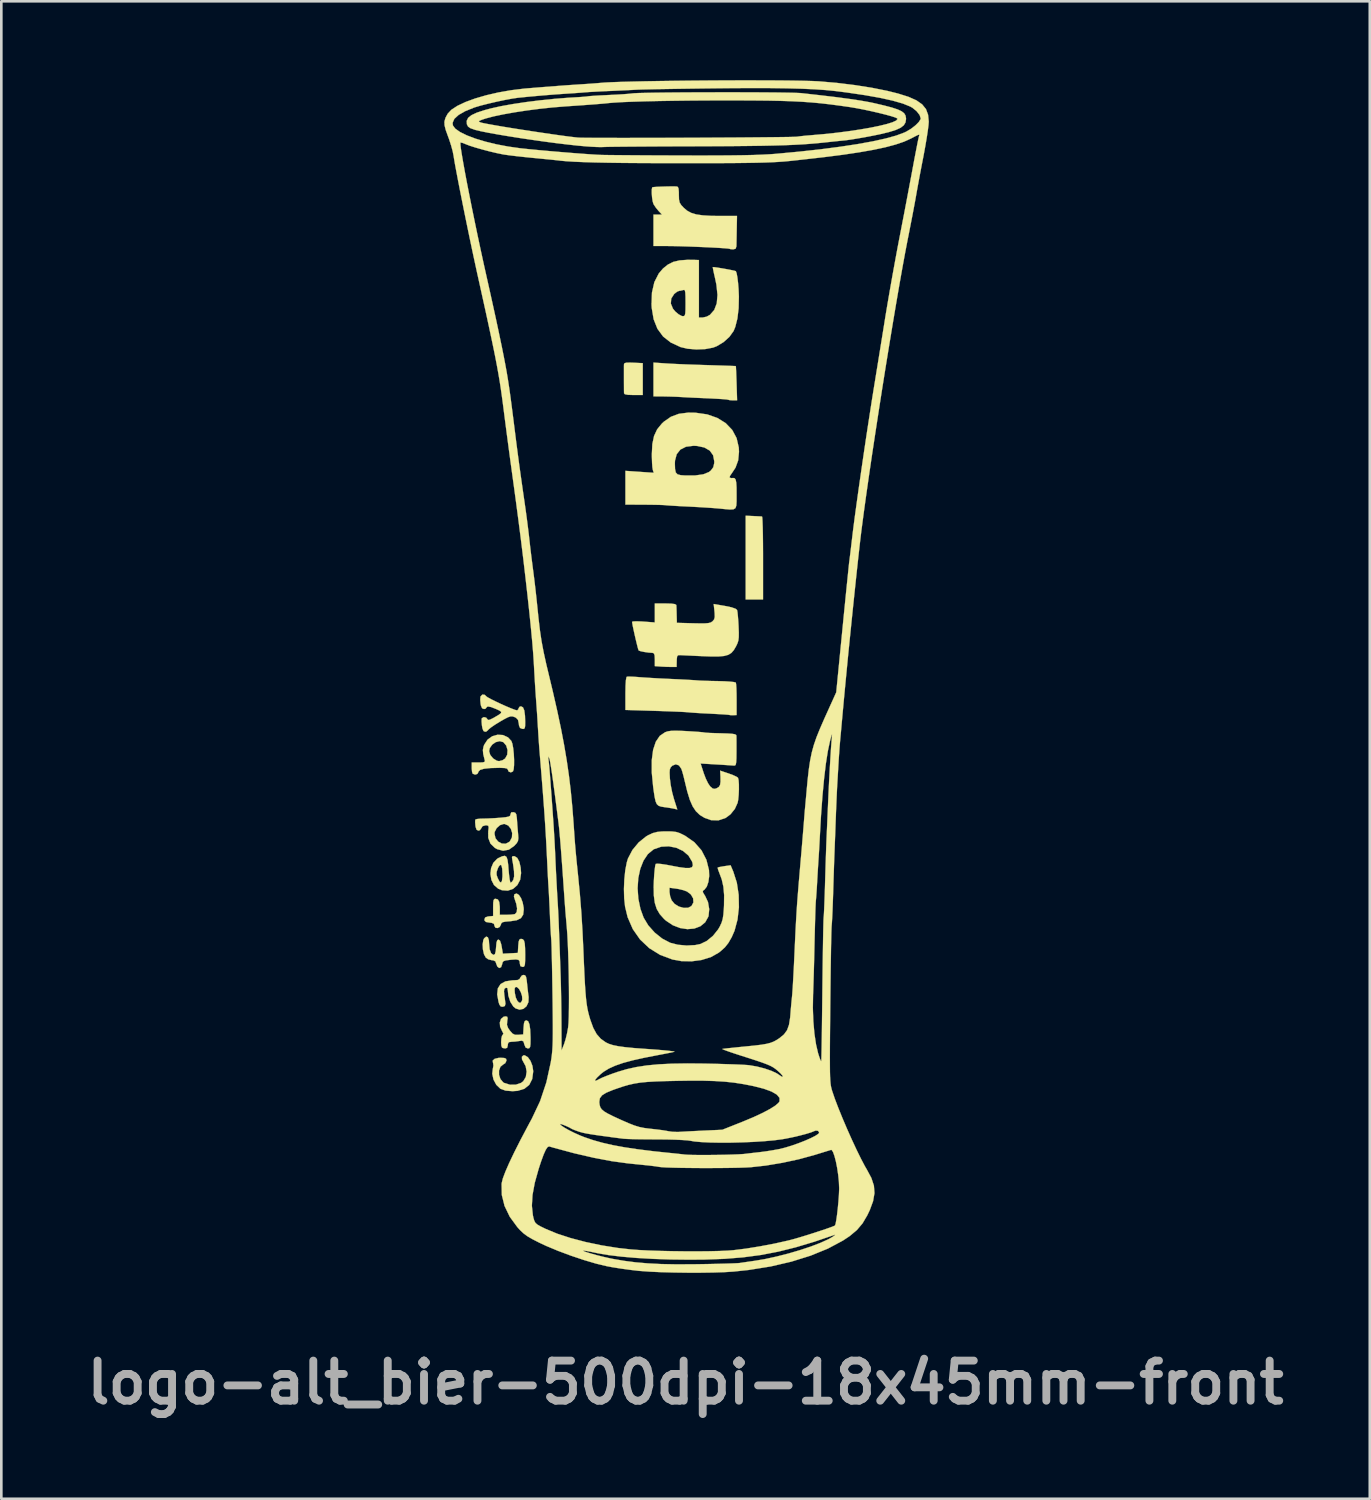
<source format=kicad_pcb>
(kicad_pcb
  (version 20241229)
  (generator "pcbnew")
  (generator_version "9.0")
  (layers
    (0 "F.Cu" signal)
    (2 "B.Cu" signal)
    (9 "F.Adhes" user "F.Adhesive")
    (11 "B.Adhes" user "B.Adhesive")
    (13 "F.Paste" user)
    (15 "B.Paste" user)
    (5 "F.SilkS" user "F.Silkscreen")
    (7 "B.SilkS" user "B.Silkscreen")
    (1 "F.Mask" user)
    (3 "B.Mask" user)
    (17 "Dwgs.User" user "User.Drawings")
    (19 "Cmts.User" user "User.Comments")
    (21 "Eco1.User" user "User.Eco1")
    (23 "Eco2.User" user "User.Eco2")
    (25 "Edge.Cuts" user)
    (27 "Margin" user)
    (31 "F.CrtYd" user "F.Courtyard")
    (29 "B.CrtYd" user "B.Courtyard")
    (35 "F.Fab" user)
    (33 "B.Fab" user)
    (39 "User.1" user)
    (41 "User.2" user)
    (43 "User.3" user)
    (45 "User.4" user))
  (footprint "logo-alt_bier-500dpi-18x45mm-front"
    (layer "F.Cu")
    (at 23.012 22.635)
    (property "Reference" "logo-alt_bier-500dpi-18x45mm-front" (at 0 26.875 0) (layer "F.Fab") (effects (font (size 1.524 1.524) (thickness 0.3))))
    (attr through_hole)
    (fp_poly (pts (xy 2.578 -6.066) (xy 2.743 -6.058) (xy 2.865 -6.052) (xy 2.908 -6.049) (xy 2.918 -5.999) (xy 2.926 -5.86) (xy 2.934 -5.644) (xy 2.94 -5.363) (xy 2.944 -5.029) (xy 2.946 -4.656) (xy 2.946 -4.47) (xy 2.946 -2.896) (xy 2.286 -2.896) (xy 2.286 -6.079) (xy 2.578 -6.066)) (stroke (width 0.01) (type solid)) (fill yes) (layer "F.SilkS"))
    (fp_poly (pts (xy -1.981 -11.896) (xy -1.626 -11.879) (xy -1.626 -10.668) (xy -1.981 -10.668) (xy -2.189 -10.675) (xy -2.305 -10.697) (xy -2.338 -10.732) (xy -2.34 -10.834) (xy -2.341 -11.001) (xy -2.342 -11.205) (xy -2.342 -11.419) (xy -2.342 -11.614) (xy -2.342 -11.763) (xy -2.34 -11.836) (xy -2.32 -11.877) (xy -2.25 -11.897) (xy -2.112 -11.9) (xy -1.981 -11.896)) (stroke (width 0.01) (type solid)) (fill yes) (layer "F.SilkS"))
    (fp_poly (pts (xy -0.749 -11.869) (xy -0.551 -11.857) (xy -0.276 -11.844) (xy 0.052 -11.83) (xy 0.408 -11.818) (xy 0.769 -11.806) (xy 0.813 -11.805) (xy 1.134 -11.795) (xy 1.419 -11.786) (xy 1.652 -11.778) (xy 1.818 -11.772) (xy 1.904 -11.768) (xy 1.912 -11.767) (xy 1.916 -11.717) (xy 1.923 -11.584) (xy 1.93 -11.389) (xy 1.939 -11.15) (xy 1.94 -11.113) (xy 1.96 -10.465) (xy 1.801 -10.465) (xy 1.683 -10.472) (xy 1.619 -10.488) (xy 1.619 -10.488) (xy 1.563 -10.499) (xy 1.423 -10.511) (xy 1.218 -10.524) (xy 0.967 -10.537) (xy 0.836 -10.543) (xy 0.544 -10.556) (xy 0.267 -10.568) (xy 0.029 -10.58) (xy -0.141 -10.59) (xy -0.178 -10.592) (xy -0.36 -10.602) (xy -0.593 -10.609) (xy -0.826 -10.614) (xy -1.219 -10.617) (xy -1.219 -11.901) (xy -0.749 -11.869)) (stroke (width 0.01) (type solid)) (fill yes) (layer "F.SilkS"))
    (fp_poly (pts (xy -6.111 14.436) (xy -5.995 14.505) (xy -5.894 14.647) (xy -5.821 14.834) (xy -5.791 15.037) (xy -5.791 15.047) (xy -5.829 15.336) (xy -5.941 15.556) (xy -6.126 15.706) (xy -6.384 15.785) (xy -6.579 15.798) (xy -6.839 15.777) (xy -7.029 15.71) (xy -7.043 15.701) (xy -7.194 15.557) (xy -7.301 15.357) (xy -7.348 15.137) (xy -7.329 14.964) (xy -7.305 14.83) (xy -7.315 14.732) (xy -7.319 14.726) (xy -7.332 14.636) (xy -7.257 14.568) (xy -7.108 14.532) (xy -7.03 14.529) (xy -6.889 14.536) (xy -6.824 14.565) (xy -6.807 14.628) (xy -6.807 14.632) (xy -6.853 14.733) (xy -6.929 14.781) (xy -7.038 14.87) (xy -7.091 15.013) (xy -7.09 15.179) (xy -7.037 15.338) (xy -6.934 15.46) (xy -6.893 15.485) (xy -6.675 15.552) (xy -6.45 15.55) (xy -6.253 15.483) (xy -6.17 15.42) (xy -6.072 15.257) (xy -6.041 15.054) (xy -6.078 14.848) (xy -6.152 14.712) (xy -6.218 14.588) (xy -6.221 14.488) (xy -6.164 14.436) (xy -6.111 14.436)) (stroke (width 0.01) (type solid)) (fill yes) (layer "F.SilkS"))
    (fp_poly (pts (xy -6.335 8.338) (xy -6.255 8.457) (xy -6.192 8.624) (xy -6.155 8.82) (xy -6.151 8.897) (xy -6.173 9.089) (xy -6.258 9.22) (xy -6.416 9.299) (xy -6.659 9.337) (xy -6.671 9.337) (xy -6.852 9.353) (xy -6.956 9.375) (xy -7.004 9.414) (xy -7.02 9.467) (xy -7.065 9.555) (xy -7.145 9.596) (xy -7.224 9.586) (xy -7.264 9.518) (xy -7.264 9.506) (xy -7.286 9.435) (xy -7.368 9.399) (xy -7.455 9.388) (xy -7.585 9.366) (xy -7.639 9.317) (xy -7.645 9.271) (xy -7.619 9.195) (xy -7.523 9.159) (xy -7.48 9.153) (xy -7.315 9.138) (xy -7.315 8.811) (xy -7.312 8.632) (xy -7.297 8.533) (xy -7.264 8.491) (xy -7.219 8.484) (xy -7.134 8.51) (xy -7.084 8.601) (xy -7.063 8.77) (xy -7.061 8.869) (xy -7.061 9.093) (xy -6.811 9.093) (xy -6.647 9.087) (xy -6.518 9.072) (xy -6.481 9.062) (xy -6.419 8.988) (xy -6.404 8.848) (xy -6.437 8.666) (xy -6.478 8.549) (xy -6.524 8.401) (xy -6.507 8.316) (xy -6.502 8.311) (xy -6.421 8.283) (xy -6.335 8.338)) (stroke (width 0.01) (type solid)) (fill yes) (layer "F.SilkS"))
    (fp_poly (pts (xy -6.807 6.892) (xy -6.767 7.006) (xy -6.741 7.203) (xy -6.729 7.366) (xy -6.709 7.579) (xy -6.687 7.748) (xy -6.664 7.852) (xy -6.65 7.874) (xy -6.596 7.834) (xy -6.549 7.765) (xy -6.517 7.638) (xy -6.521 7.434) (xy -6.56 7.147) (xy -6.584 7.019) (xy -6.599 6.905) (xy -6.574 6.864) (xy -6.498 6.866) (xy -6.398 6.929) (xy -6.319 7.077) (xy -6.269 7.293) (xy -6.252 7.508) (xy -6.288 7.762) (xy -6.395 7.964) (xy -6.555 8.105) (xy -6.755 8.174) (xy -6.977 8.159) (xy -7.124 8.099) (xy -7.283 7.96) (xy -7.381 7.767) (xy -7.417 7.544) (xy -7.41 7.473) (xy -7.185 7.473) (xy -7.181 7.583) (xy -7.141 7.696) (xy -7.071 7.831) (xy -7.017 7.867) (xy -6.98 7.805) (xy -6.961 7.645) (xy -6.96 7.547) (xy -6.97 7.337) (xy -6.999 7.218) (xy -7.045 7.192) (xy -7.105 7.264) (xy -7.139 7.337) (xy -7.185 7.473) (xy -7.41 7.473) (xy -7.393 7.319) (xy -7.308 7.117) (xy -7.162 6.964) (xy -7.114 6.935) (xy -6.97 6.868) (xy -6.871 6.85) (xy -6.807 6.892)) (stroke (width 0.01) (type solid)) (fill yes) (layer "F.SilkS"))
    (fp_poly (pts (xy -6.78 12.968) (xy -6.764 13.028) (xy -6.779 13.136) (xy -6.789 13.275) (xy -6.747 13.394) (xy -6.679 13.494) (xy -6.579 13.607) (xy -6.485 13.654) (xy -6.358 13.655) (xy -6.172 13.64) (xy -6.157 13.373) (xy -6.141 13.213) (xy -6.112 13.132) (xy -6.061 13.107) (xy -6.049 13.106) (xy -5.982 13.142) (xy -5.935 13.254) (xy -5.906 13.449) (xy -5.894 13.735) (xy -5.893 13.83) (xy -5.896 14.013) (xy -5.909 14.116) (xy -5.939 14.162) (xy -5.992 14.173) (xy -5.996 14.173) (xy -6.08 14.139) (xy -6.128 14.025) (xy -6.13 14.016) (xy -6.162 13.909) (xy -6.222 13.877) (xy -6.313 13.889) (xy -6.48 13.912) (xy -6.61 13.919) (xy -6.716 13.934) (xy -6.754 13.998) (xy -6.756 14.046) (xy -6.782 14.148) (xy -6.85 14.173) (xy -6.946 14.157) (xy -6.977 14.139) (xy -7.003 14.063) (xy -7.011 13.937) (xy -7.002 13.799) (xy -6.978 13.691) (xy -6.95 13.654) (xy -6.924 13.611) (xy -6.972 13.515) (xy -6.975 13.511) (xy -7.05 13.348) (xy -7.061 13.186) (xy -7.015 13.051) (xy -6.917 12.968) (xy -6.842 12.954) (xy -6.78 12.968)) (stroke (width 0.01) (type solid)) (fill yes) (layer "F.SilkS"))
    (fp_poly (pts (xy -2.01 0.041) (xy -1.819 0.053) (xy -1.767 0.058) (xy -1.568 0.072) (xy -1.298 0.089) (xy -0.987 0.107) (xy -0.665 0.122) (xy -0.54 0.128) (xy -0.249 0.141) (xy 0.016 0.155) (xy 0.234 0.167) (xy 0.385 0.177) (xy 0.432 0.181) (xy 0.541 0.189) (xy 0.725 0.196) (xy 0.961 0.203) (xy 1.222 0.208) (xy 1.233 0.208) (xy 1.48 0.215) (xy 1.688 0.228) (xy 1.838 0.244) (xy 1.909 0.263) (xy 1.912 0.265) (xy 1.923 0.332) (xy 1.933 0.479) (xy 1.939 0.683) (xy 1.941 0.906) (xy 1.941 1.499) (xy 1.81 1.504) (xy 1.706 1.503) (xy 1.663 1.494) (xy 1.61 1.487) (xy 1.474 1.476) (xy 1.274 1.464) (xy 1.028 1.451) (xy 0.939 1.446) (xy 0.67 1.433) (xy 0.429 1.419) (xy 0.238 1.406) (xy 0.12 1.396) (xy 0.104 1.394) (xy 0.018 1.387) (xy -0.153 1.377) (xy -0.392 1.367) (xy -0.684 1.356) (xy -1.01 1.344) (xy -1.153 1.34) (xy -2.286 1.305) (xy -2.286 0.682) (xy -2.281 0.385) (xy -2.268 0.177) (xy -2.246 0.062) (xy -2.231 0.041) (xy -2.157 0.036) (xy -2.01 0.041)) (stroke (width 0.01) (type solid)) (fill yes) (layer "F.SilkS"))
    (fp_poly (pts (xy -0.362 -18.597) (xy -0.343 -18.596) (xy -0.293 -18.579) (xy -0.266 -18.516) (xy -0.255 -18.385) (xy -0.254 -18.282) (xy -0.249 -18.103) (xy -0.224 -17.985) (xy -0.164 -17.888) (xy -0.064 -17.781) (xy 0.067 -17.671) (xy 0.22 -17.59) (xy 0.41 -17.533) (xy 0.656 -17.498) (xy 0.972 -17.479) (xy 1.311 -17.475) (xy 1.956 -17.475) (xy 1.946 -16.954) (xy 1.942 -16.722) (xy 1.938 -16.519) (xy 1.935 -16.371) (xy 1.934 -16.32) (xy 1.903 -16.229) (xy 1.812 -16.205) (xy 1.711 -16.213) (xy 1.672 -16.226) (xy 1.615 -16.236) (xy 1.473 -16.248) (xy 1.264 -16.262) (xy 1.003 -16.276) (xy 0.707 -16.29) (xy 0.394 -16.303) (xy 0.079 -16.315) (xy -0.219 -16.324) (xy -0.485 -16.33) (xy -0.699 -16.332) (xy -1.219 -16.332) (xy -1.219 -16.929) (xy -1.219 -17.526) (xy -0.895 -17.526) (xy -1.026 -17.666) (xy -1.132 -17.795) (xy -1.214 -17.919) (xy -1.218 -17.926) (xy -1.25 -18.03) (xy -1.273 -18.181) (xy -1.285 -18.344) (xy -1.284 -18.483) (xy -1.267 -18.561) (xy -1.265 -18.564) (xy -1.209 -18.574) (xy -1.08 -18.583) (xy -0.903 -18.59) (xy -0.706 -18.596) (xy -0.517 -18.599) (xy -0.362 -18.597)) (stroke (width 0.01) (type solid)) (fill yes) (layer "F.SilkS"))
    (fp_poly (pts (xy -7.514 9.948) (xy -7.476 10.062) (xy -7.468 10.192) (xy -7.448 10.405) (xy -7.393 10.551) (xy -7.309 10.615) (xy -7.291 10.617) (xy -7.245 10.583) (xy -7.216 10.472) (xy -7.203 10.325) (xy -7.187 10.149) (xy -7.157 10.058) (xy -7.112 10.033) (xy -7.054 10.076) (xy -7.008 10.211) (xy -6.99 10.302) (xy -6.945 10.571) (xy -6.375 10.541) (xy -6.36 10.274) (xy -6.345 10.115) (xy -6.316 10.034) (xy -6.264 10.008) (xy -6.251 10.008) (xy -6.185 10.022) (xy -6.14 10.075) (xy -6.113 10.182) (xy -6.1 10.36) (xy -6.096 10.621) (xy -6.098 10.837) (xy -6.106 10.971) (xy -6.125 11.042) (xy -6.158 11.07) (xy -6.198 11.074) (xy -6.278 11.044) (xy -6.299 10.95) (xy -6.309 10.857) (xy -6.351 10.806) (xy -6.447 10.789) (xy -6.618 10.8) (xy -6.668 10.805) (xy -6.832 10.826) (xy -6.92 10.855) (xy -6.958 10.907) (xy -6.97 10.966) (xy -7.012 11.084) (xy -7.083 11.116) (xy -7.154 11.062) (xy -7.188 10.976) (xy -7.229 10.864) (xy -7.309 10.823) (xy -7.362 10.82) (xy -7.502 10.784) (xy -7.595 10.718) (xy -7.663 10.59) (xy -7.703 10.41) (xy -7.713 10.217) (xy -7.689 10.054) (xy -7.657 9.987) (xy -7.577 9.921) (xy -7.514 9.948)) (stroke (width 0.01) (type solid)) (fill yes) (layer "F.SilkS"))
    (fp_poly (pts (xy -6.1 11.393) (xy -6.064 11.45) (xy -6.04 11.571) (xy -6.026 11.697) (xy -6.004 11.907) (xy -5.98 12.11) (xy -5.965 12.218) (xy -5.973 12.415) (xy -6.046 12.569) (xy -6.164 12.668) (xy -6.309 12.699) (xy -6.461 12.651) (xy -6.546 12.581) (xy -6.662 12.399) (xy -6.737 12.165) (xy -6.756 11.978) (xy -6.765 11.919) (xy -6.5 11.919) (xy -6.49 12.059) (xy -6.49 12.065) (xy -6.453 12.239) (xy -6.394 12.365) (xy -6.326 12.434) (xy -6.262 12.433) (xy -6.216 12.351) (xy -6.207 12.308) (xy -6.216 12.178) (xy -6.263 12.034) (xy -6.332 11.911) (xy -6.408 11.841) (xy -6.43 11.836) (xy -6.482 11.853) (xy -6.5 11.919) (xy -6.765 11.919) (xy -6.77 11.881) (xy -6.82 11.865) (xy -6.839 11.871) (xy -6.888 11.912) (xy -6.902 11.999) (xy -6.89 12.136) (xy -6.868 12.301) (xy -6.85 12.438) (xy -6.846 12.471) (xy -6.869 12.559) (xy -6.944 12.589) (xy -7.023 12.58) (xy -7.075 12.511) (xy -7.108 12.411) (xy -7.161 12.118) (xy -7.136 11.89) (xy -7.032 11.726) (xy -6.848 11.624) (xy -6.584 11.583) (xy -6.526 11.582) (xy -6.382 11.572) (xy -6.309 11.534) (xy -6.284 11.481) (xy -6.219 11.396) (xy -6.157 11.379) (xy -6.1 11.393)) (stroke (width 0.01) (type solid)) (fill yes) (layer "F.SilkS"))
    (fp_poly (pts (xy -6.939 2.259) (xy -6.751 2.346) (xy -6.622 2.483) (xy -6.583 2.59) (xy -6.551 2.764) (xy -6.529 2.976) (xy -6.518 3.198) (xy -6.519 3.402) (xy -6.534 3.56) (xy -6.561 3.642) (xy -6.642 3.679) (xy -6.724 3.648) (xy -6.756 3.576) (xy -6.784 3.535) (xy -6.879 3.513) (xy -7.057 3.505) (xy -7.08 3.505) (xy -7.419 3.514) (xy -7.662 3.54) (xy -7.812 3.586) (xy -7.872 3.65) (xy -7.874 3.665) (xy -7.914 3.737) (xy -8.002 3.763) (xy -8.091 3.728) (xy -8.094 3.725) (xy -8.116 3.657) (xy -8.128 3.53) (xy -8.128 3.497) (xy -8.128 3.302) (xy -7.868 3.302) (xy -7.717 3.299) (xy -7.644 3.281) (xy -7.629 3.239) (xy -7.641 3.188) (xy -7.692 2.98) (xy -7.701 2.87) (xy -7.468 2.87) (xy -7.424 3.016) (xy -7.314 3.149) (xy -7.173 3.236) (xy -7.089 3.251) (xy -6.956 3.216) (xy -6.858 3.15) (xy -6.779 3.006) (xy -6.767 2.829) (xy -6.818 2.657) (xy -6.927 2.529) (xy -6.929 2.528) (xy -7.065 2.491) (xy -7.216 2.529) (xy -7.351 2.623) (xy -7.443 2.756) (xy -7.468 2.87) (xy -7.701 2.87) (xy -7.705 2.829) (xy -7.68 2.697) (xy -7.653 2.626) (xy -7.527 2.434) (xy -7.35 2.306) (xy -7.147 2.247) (xy -6.939 2.259)) (stroke (width 0.01) (type solid)) (fill yes) (layer "F.SilkS"))
    (fp_poly (pts (xy -6.471 5.215) (xy -6.433 5.279) (xy -6.414 5.41) (xy -6.41 5.461) (xy -6.396 5.666) (xy -6.377 5.9) (xy -6.367 6.007) (xy -6.356 6.177) (xy -6.37 6.286) (xy -6.421 6.374) (xy -6.518 6.477) (xy -6.718 6.617) (xy -6.936 6.657) (xy -7.163 6.597) (xy -7.246 6.551) (xy -7.416 6.387) (xy -7.5 6.17) (xy -7.501 6.008) (xy -7.264 6.008) (xy -7.225 6.18) (xy -7.125 6.309) (xy -6.987 6.383) (xy -6.836 6.39) (xy -6.697 6.317) (xy -6.678 6.297) (xy -6.6 6.15) (xy -6.591 5.982) (xy -6.641 5.823) (xy -6.74 5.699) (xy -6.879 5.64) (xy -6.908 5.639) (xy -7.053 5.684) (xy -7.18 5.796) (xy -7.256 5.942) (xy -7.264 6.008) (xy -7.501 6.008) (xy -7.501 5.917) (xy -7.485 5.777) (xy -7.498 5.711) (xy -7.551 5.691) (xy -7.6 5.69) (xy -7.718 5.724) (xy -7.758 5.791) (xy -7.817 5.874) (xy -7.874 5.893) (xy -7.942 5.861) (xy -7.981 5.752) (xy -7.988 5.702) (xy -7.999 5.569) (xy -7.994 5.482) (xy -7.991 5.474) (xy -7.932 5.452) (xy -7.805 5.438) (xy -7.701 5.436) (xy -7.51 5.431) (xy -7.27 5.419) (xy -7.043 5.403) (xy -6.845 5.383) (xy -6.727 5.36) (xy -6.671 5.328) (xy -6.655 5.28) (xy -6.655 5.272) (xy -6.628 5.199) (xy -6.54 5.191) (xy -6.471 5.215)) (stroke (width 0.01) (type solid)) (fill yes) (layer "F.SilkS"))
    (fp_poly (pts (xy -7.635 0.729) (xy -7.584 0.78) (xy -7.526 0.823) (xy -7.397 0.894) (xy -7.219 0.982) (xy -7.016 1.078) (xy -6.81 1.17) (xy -6.623 1.248) (xy -6.48 1.302) (xy -6.404 1.321) (xy -6.356 1.28) (xy -6.35 1.245) (xy -6.308 1.182) (xy -6.255 1.168) (xy -6.18 1.206) (xy -6.13 1.323) (xy -6.103 1.526) (xy -6.096 1.762) (xy -6.099 1.921) (xy -6.116 2.001) (xy -6.157 2.026) (xy -6.21 2.023) (xy -6.291 1.989) (xy -6.33 1.9) (xy -6.34 1.821) (xy -6.369 1.683) (xy -6.443 1.604) (xy -6.504 1.574) (xy -6.58 1.549) (xy -6.656 1.55) (xy -6.753 1.583) (xy -6.894 1.656) (xy -7.064 1.754) (xy -7.247 1.867) (xy -7.394 1.968) (xy -7.485 2.042) (xy -7.503 2.065) (xy -7.57 2.124) (xy -7.619 2.134) (xy -7.68 2.106) (xy -7.72 2.011) (xy -7.74 1.9) (xy -7.753 1.751) (xy -7.751 1.644) (xy -7.744 1.62) (xy -7.669 1.576) (xy -7.579 1.598) (xy -7.537 1.65) (xy -7.505 1.686) (xy -7.439 1.676) (xy -7.316 1.616) (xy -7.272 1.591) (xy -7.101 1.491) (xy -7.015 1.424) (xy -7.009 1.375) (xy -7.079 1.326) (xy -7.189 1.275) (xy -7.392 1.195) (xy -7.516 1.172) (xy -7.567 1.203) (xy -7.569 1.219) (xy -7.611 1.261) (xy -7.664 1.27) (xy -7.734 1.241) (xy -7.778 1.141) (xy -7.791 1.071) (xy -7.805 0.922) (xy -7.797 0.807) (xy -7.792 0.791) (xy -7.724 0.72) (xy -7.635 0.729)) (stroke (width 0.01) (type solid)) (fill yes) (layer "F.SilkS"))
    (fp_poly (pts (xy -0.538 -2.737) (xy -0.404 -2.719) (xy -0.352 -2.687) (xy -0.35 -2.68) (xy -0.346 -2.597) (xy -0.341 -2.449) (xy -0.338 -2.311) (xy -0.33 -2.007) (xy 0.297 -1.99) (xy 0.566 -1.985) (xy 0.753 -1.987) (xy 0.877 -1.999) (xy 0.959 -2.021) (xy 1.016 -2.058) (xy 1.027 -2.067) (xy 1.086 -2.137) (xy 1.11 -2.227) (xy 1.106 -2.372) (xy 1.1 -2.441) (xy 1.07 -2.723) (xy 1.498 -2.649) (xy 1.747 -2.597) (xy 1.899 -2.544) (xy 1.959 -2.494) (xy 1.975 -2.411) (xy 1.991 -2.253) (xy 2.007 -2.043) (xy 2.016 -1.88) (xy 2.025 -1.633) (xy 2.023 -1.46) (xy 2.008 -1.334) (xy 1.974 -1.228) (xy 1.922 -1.118) (xy 1.836 -0.971) (xy 1.743 -0.864) (xy 1.625 -0.791) (xy 1.466 -0.747) (xy 1.251 -0.728) (xy 0.964 -0.728) (xy 0.686 -0.738) (xy 0.408 -0.75) (xy 0.157 -0.762) (xy -0.044 -0.771) (xy -0.175 -0.778) (xy -0.203 -0.779) (xy -0.282 -0.775) (xy -0.32 -0.732) (xy -0.333 -0.623) (xy -0.335 -0.559) (xy -0.34 -0.33) (xy -0.538 -0.33) (xy -0.727 -0.334) (xy -0.928 -0.344) (xy -0.953 -0.346) (xy -1.168 -0.361) (xy -1.168 -0.613) (xy -1.175 -0.766) (xy -1.201 -0.843) (xy -1.253 -0.865) (xy -1.257 -0.866) (xy -1.405 -0.876) (xy -1.566 -0.899) (xy -1.703 -0.927) (xy -1.779 -0.954) (xy -1.782 -0.957) (xy -1.803 -1.015) (xy -1.838 -1.147) (xy -1.882 -1.327) (xy -1.929 -1.529) (xy -1.973 -1.728) (xy -2.009 -1.899) (xy -2.029 -2.015) (xy -2.032 -2.046) (xy -1.985 -2.06) (xy -1.861 -2.065) (xy -1.681 -2.059) (xy -1.6 -2.054) (xy -1.168 -2.022) (xy -1.168 -2.743) (xy -0.762 -2.743) (xy -0.538 -2.737)) (stroke (width 0.01) (type solid)) (fill yes) (layer "F.SilkS"))
    (fp_poly (pts (xy 0.343 -15.805) (xy 0.508 -15.799) (xy 0.508 -13.614) (xy 0.654 -13.614) (xy 0.8 -13.646) (xy 0.927 -13.715) (xy 1.091 -13.902) (xy 1.187 -14.154) (xy 1.214 -14.474) (xy 1.173 -14.865) (xy 1.121 -15.113) (xy 1.078 -15.301) (xy 1.048 -15.446) (xy 1.035 -15.524) (xy 1.036 -15.531) (xy 1.088 -15.529) (xy 1.212 -15.512) (xy 1.378 -15.485) (xy 1.56 -15.453) (xy 1.728 -15.421) (xy 1.855 -15.394) (xy 1.912 -15.377) (xy 1.912 -15.377) (xy 1.941 -15.301) (xy 1.97 -15.147) (xy 1.996 -14.936) (xy 2.016 -14.692) (xy 2.027 -14.437) (xy 2.028 -14.407) (xy 2.018 -13.968) (xy 1.972 -13.579) (xy 1.891 -13.258) (xy 1.827 -13.102) (xy 1.669 -12.881) (xy 1.445 -12.679) (xy 1.189 -12.525) (xy 1.047 -12.47) (xy 0.75 -12.414) (xy 0.412 -12.4) (xy 0.079 -12.427) (xy -0.188 -12.49) (xy -0.559 -12.661) (xy -0.852 -12.891) (xy -1.069 -13.186) (xy -1.213 -13.548) (xy -1.286 -13.981) (xy -1.293 -14.098) (xy -1.291 -14.144) (xy -0.559 -14.144) (xy -0.479 -13.95) (xy -0.386 -13.838) (xy -0.262 -13.735) (xy -0.146 -13.673) (xy -0.107 -13.665) (xy -0.058 -13.671) (xy -0.027 -13.701) (xy -0.01 -13.773) (xy -0.002 -13.906) (xy -0.000037 -14.119) (xy 0 -14.179) (xy -0.002 -14.412) (xy -0.009 -14.56) (xy -0.025 -14.639) (xy -0.051 -14.666) (xy -0.08 -14.661) (xy -0.196 -14.633) (xy -0.235 -14.63) (xy -0.319 -14.597) (xy -0.425 -14.515) (xy -0.434 -14.506) (xy -0.544 -14.334) (xy -0.559 -14.144) (xy -1.291 -14.144) (xy -1.277 -14.562) (xy -1.186 -14.958) (xy -1.018 -15.288) (xy -0.855 -15.479) (xy -0.671 -15.627) (xy -0.469 -15.728) (xy -0.226 -15.786) (xy 0.078 -15.808) (xy 0.343 -15.805)) (stroke (width 0.01) (type solid)) (fill yes) (layer "F.SilkS"))
    (fp_poly (pts (xy 0.376 -9.995) (xy 0.823 -9.931) (xy 1.209 -9.796) (xy 1.528 -9.598) (xy 1.774 -9.341) (xy 1.941 -9.03) (xy 2.024 -8.671) (xy 2.032 -8.508) (xy 2.001 -8.184) (xy 1.901 -7.909) (xy 1.769 -7.709) (xy 1.686 -7.587) (xy 1.678 -7.525) (xy 1.748 -7.508) (xy 1.812 -7.514) (xy 1.867 -7.504) (xy 1.905 -7.45) (xy 1.928 -7.336) (xy 1.939 -7.15) (xy 1.94 -6.877) (xy 1.94 -6.865) (xy 1.94 -6.626) (xy 1.931 -6.465) (xy 1.897 -6.368) (xy 1.821 -6.322) (xy 1.688 -6.315) (xy 1.481 -6.332) (xy 1.295 -6.351) (xy 1.094 -6.368) (xy 0.823 -6.387) (xy 0.513 -6.406) (xy 0.195 -6.423) (xy 0.102 -6.428) (xy -0.176 -6.441) (xy -0.42 -6.455) (xy -0.613 -6.467) (xy -0.734 -6.476) (xy -0.762 -6.48) (xy -0.838 -6.485) (xy -0.996 -6.491) (xy -1.213 -6.495) (xy -1.471 -6.498) (xy -1.562 -6.499) (xy -2.286 -6.502) (xy -2.286 -7.785) (xy -1.748 -7.748) (xy -1.209 -7.711) (xy -1.245 -7.824) (xy -1.261 -7.923) (xy -1.271 -8.067) (xy -0.406 -8.067) (xy -0.399 -7.855) (xy -0.371 -7.723) (xy -0.304 -7.652) (xy -0.18 -7.62) (xy -0.033 -7.61) (xy 0.365 -7.61) (xy 0.672 -7.653) (xy 0.888 -7.739) (xy 0.961 -7.796) (xy 1.054 -7.921) (xy 1.09 -8.075) (xy 1.092 -8.149) (xy 1.048 -8.377) (xy 0.921 -8.554) (xy 0.715 -8.673) (xy 0.437 -8.732) (xy 0.304 -8.738) (xy 0.018 -8.702) (xy -0.195 -8.595) (xy -0.336 -8.418) (xy -0.401 -8.173) (xy -0.406 -8.067) (xy -1.271 -8.067) (xy -1.273 -8.095) (xy -1.28 -8.309) (xy -1.281 -8.429) (xy -1.262 -8.806) (xy -1.197 -9.111) (xy -1.08 -9.362) (xy -0.902 -9.581) (xy -0.823 -9.655) (xy -0.557 -9.84) (xy -0.255 -9.953) (xy 0.101 -9.999) (xy 0.376 -9.995)) (stroke (width 0.01) (type solid)) (fill yes) (layer "F.SilkS"))
    (fp_poly (pts (xy -0.146 2.1) (xy 0.047 2.11) (xy 0.291 2.125) (xy 0.498 2.139) (xy 0.645 2.152) (xy 0.714 2.162) (xy 0.715 2.163) (xy 0.775 2.17) (xy 0.915 2.179) (xy 1.114 2.186) (xy 1.338 2.192) (xy 1.596 2.2) (xy 1.769 2.211) (xy 1.873 2.228) (xy 1.922 2.254) (xy 1.934 2.283) (xy 1.935 2.365) (xy 1.936 2.523) (xy 1.936 2.732) (xy 1.936 2.896) (xy 1.934 3.134) (xy 1.926 3.289) (xy 1.911 3.377) (xy 1.885 3.414) (xy 1.845 3.42) (xy 1.845 3.42) (xy 1.761 3.414) (xy 1.599 3.403) (xy 1.384 3.389) (xy 1.164 3.376) (xy 0.573 3.341) (xy 0.694 3.715) (xy 0.77 3.915) (xy 0.855 4.09) (xy 0.933 4.206) (xy 0.939 4.213) (xy 1.035 4.293) (xy 1.117 4.305) (xy 1.191 4.278) (xy 1.269 4.229) (xy 1.313 4.154) (xy 1.33 4.029) (xy 1.327 3.831) (xy 1.325 3.8) (xy 1.316 3.612) (xy 1.636 3.719) (xy 1.805 3.782) (xy 1.934 3.841) (xy 1.993 3.881) (xy 2.016 3.969) (xy 2.028 4.128) (xy 2.029 4.326) (xy 2.02 4.533) (xy 2.002 4.72) (xy 1.979 4.837) (xy 1.874 5.068) (xy 1.707 5.274) (xy 1.523 5.411) (xy 1.248 5.503) (xy 0.972 5.495) (xy 0.724 5.407) (xy 0.543 5.297) (xy 0.395 5.156) (xy 0.271 4.97) (xy 0.163 4.724) (xy 0.065 4.404) (xy -0.024 4.039) (xy -0.072 3.839) (xy -0.121 3.66) (xy -0.159 3.545) (xy -0.25 3.414) (xy -0.37 3.371) (xy -0.5 3.422) (xy -0.518 3.437) (xy -0.571 3.497) (xy -0.599 3.572) (xy -0.606 3.691) (xy -0.597 3.881) (xy -0.595 3.912) (xy -0.564 4.159) (xy -0.508 4.44) (xy -0.44 4.691) (xy -0.313 5.089) (xy -0.423 5.062) (xy -0.537 5.04) (xy -0.704 5.013) (xy -0.804 5) (xy -0.933 4.979) (xy -1.026 4.946) (xy -1.092 4.885) (xy -1.139 4.778) (xy -1.176 4.611) (xy -1.213 4.366) (xy -1.231 4.231) (xy -1.284 3.684) (xy -1.284 3.214) (xy -1.233 2.823) (xy -1.131 2.514) (xy -0.979 2.29) (xy -0.777 2.152) (xy -0.676 2.118) (xy -0.551 2.099) (xy -0.382 2.094) (xy -0.146 2.1)) (stroke (width 0.01) (type solid)) (fill yes) (layer "F.SilkS"))
    (fp_poly (pts (xy -0.519 5.924) (xy -0.36 5.943) (xy -0.22 5.987) (xy -0.055 6.068) (xy -0.008 6.093) (xy 0.336 6.334) (xy 0.606 6.641) (xy 0.793 7.002) (xy 0.891 7.393) (xy 0.899 7.622) (xy 0.869 7.841) (xy 0.808 8.021) (xy 0.723 8.132) (xy 0.716 8.137) (xy 0.661 8.18) (xy 0.658 8.23) (xy 0.709 8.321) (xy 0.741 8.368) (xy 0.853 8.607) (xy 0.9 8.877) (xy 0.875 9.133) (xy 0.865 9.166) (xy 0.747 9.378) (xy 0.564 9.528) (xy 0.334 9.615) (xy 0.071 9.638) (xy -0.207 9.596) (xy -0.485 9.489) (xy -0.745 9.315) (xy -0.819 9.248) (xy -0.981 9.066) (xy -1.096 8.869) (xy -1.169 8.639) (xy -1.206 8.356) (xy -1.208 8.226) (xy -0.61 8.226) (xy -0.585 8.39) (xy -0.53 8.541) (xy -0.415 8.68) (xy -0.252 8.779) (xy -0.069 8.83) (xy 0.101 8.825) (xy 0.225 8.759) (xy 0.299 8.623) (xy 0.289 8.468) (xy 0.203 8.32) (xy 0.057 8.208) (xy -0.079 8.157) (xy -0.261 8.113) (xy -0.348 8.099) (xy -0.61 8.064) (xy -0.61 8.226) (xy -1.208 8.226) (xy -1.212 8.002) (xy -1.205 7.806) (xy -1.191 7.567) (xy -1.172 7.364) (xy -1.152 7.221) (xy -1.134 7.158) (xy -1.067 7.149) (xy -0.924 7.161) (xy -0.725 7.191) (xy -0.583 7.218) (xy -0.254 7.28) (xy -0.012 7.313) (xy 0.15 7.314) (xy 0.244 7.283) (xy 0.278 7.217) (xy 0.263 7.114) (xy 0.246 7.065) (xy 0.11 6.84) (xy -0.097 6.664) (xy -0.353 6.544) (xy -0.635 6.489) (xy -0.922 6.503) (xy -1.193 6.595) (xy -1.218 6.608) (xy -1.43 6.782) (xy -1.598 7.033) (xy -1.721 7.344) (xy -1.797 7.699) (xy -1.822 8.083) (xy -1.795 8.479) (xy -1.714 8.87) (xy -1.594 9.2) (xy -1.418 9.493) (xy -1.173 9.768) (xy -0.887 9.997) (xy -0.588 10.154) (xy -0.584 10.156) (xy -0.29 10.231) (xy 0.042 10.261) (xy 0.366 10.244) (xy 0.566 10.203) (xy 0.809 10.085) (xy 1.042 9.893) (xy 1.238 9.649) (xy 1.306 9.532) (xy 1.37 9.393) (xy 1.412 9.253) (xy 1.439 9.082) (xy 1.457 8.853) (xy 1.463 8.727) (xy 1.467 8.342) (xy 1.439 8.026) (xy 1.376 7.746) (xy 1.286 7.505) (xy 1.239 7.382) (xy 1.221 7.305) (xy 1.224 7.296) (xy 1.282 7.278) (xy 1.406 7.255) (xy 1.479 7.243) (xy 1.713 7.21) (xy 1.816 7.453) (xy 1.95 7.872) (xy 2.02 8.334) (xy 2.029 8.809) (xy 1.976 9.274) (xy 1.862 9.7) (xy 1.754 9.945) (xy 1.627 10.165) (xy 1.495 10.331) (xy 1.324 10.484) (xy 1.259 10.534) (xy 0.971 10.697) (xy 0.62 10.807) (xy 0.235 10.861) (xy -0.16 10.853) (xy -0.494 10.793) (xy -0.968 10.616) (xy -1.381 10.36) (xy -1.729 10.031) (xy -2.005 9.636) (xy -2.202 9.183) (xy -2.299 8.783) (xy -2.333 8.466) (xy -2.342 8.109) (xy -2.327 7.743) (xy -2.291 7.397) (xy -2.234 7.101) (xy -2.189 6.952) (xy -2.019 6.628) (xy -1.78 6.339) (xy -1.496 6.111) (xy -1.403 6.058) (xy -1.242 5.985) (xy -1.085 5.943) (xy -0.894 5.924) (xy -0.737 5.921) (xy -0.519 5.924)) (stroke (width 0.01) (type solid)) (fill yes) (layer "F.SilkS"))
    (fp_poly (pts (xy 2.1 -22.176) (xy 2.576 -22.175) (xy 3.022 -22.172) (xy 3.425 -22.169) (xy 3.775 -22.164) (xy 4.06 -22.159) (xy 4.27 -22.152) (xy 4.394 -22.145) (xy 5.101 -22.066) (xy 5.71 -21.994) (xy 6.226 -21.925) (xy 6.653 -21.861) (xy 6.996 -21.8) (xy 7.162 -21.765) (xy 7.547 -21.675) (xy 7.843 -21.597) (xy 8.062 -21.525) (xy 8.213 -21.455) (xy 8.31 -21.38) (xy 8.362 -21.295) (xy 8.381 -21.194) (xy 8.382 -21.158) (xy 8.362 -21.031) (xy 8.297 -20.923) (xy 8.177 -20.829) (xy 7.99 -20.744) (xy 7.729 -20.663) (xy 7.382 -20.58) (xy 7.128 -20.528) (xy 6.835 -20.472) (xy 6.549 -20.422) (xy 6.299 -20.381) (xy 6.112 -20.355) (xy 6.071 -20.35) (xy 5.877 -20.331) (xy 5.626 -20.305) (xy 5.365 -20.277) (xy 5.283 -20.268) (xy 5.013 -20.241) (xy 4.733 -20.217) (xy 4.436 -20.196) (xy 4.112 -20.179) (xy 3.751 -20.164) (xy 3.346 -20.153) (xy 2.885 -20.143) (xy 2.361 -20.136) (xy 1.765 -20.13) (xy 1.086 -20.126) (xy 0.316 -20.123) (xy 0.182 -20.123) (xy -0.381 -20.121) (xy -0.916 -20.119) (xy -1.413 -20.116) (xy -1.865 -20.113) (xy -2.261 -20.11) (xy -2.593 -20.107) (xy -2.852 -20.104) (xy -3.029 -20.1) (xy -3.115 -20.097) (xy -3.12 -20.097) (xy -3.212 -20.093) (xy -3.38 -20.097) (xy -3.598 -20.108) (xy -3.785 -20.121) (xy -4.108 -20.15) (xy -4.49 -20.192) (xy -4.916 -20.243) (xy -5.369 -20.303) (xy -5.834 -20.369) (xy -6.296 -20.437) (xy -6.737 -20.507) (xy -7.143 -20.575) (xy -7.498 -20.639) (xy -7.786 -20.697) (xy -7.991 -20.746) (xy -8.013 -20.753) (xy -8.178 -20.811) (xy -8.269 -20.874) (xy -8.312 -20.96) (xy -8.313 -20.965) (xy -8.318 -21.061) (xy -7.857 -21.061) (xy -7.793 -21.03) (xy -7.701 -21.007) (xy -7.523 -20.972) (xy -7.274 -20.927) (xy -6.967 -20.874) (xy -6.618 -20.817) (xy -6.24 -20.757) (xy -5.849 -20.697) (xy -5.458 -20.638) (xy -5.082 -20.583) (xy -4.737 -20.534) (xy -4.435 -20.494) (xy -4.192 -20.465) (xy -4.089 -20.454) (xy -3.998 -20.45) (xy -3.815 -20.447) (xy -3.552 -20.445) (xy -3.218 -20.444) (xy -2.821 -20.443) (xy -2.372 -20.442) (xy -1.88 -20.443) (xy -1.354 -20.444) (xy -0.805 -20.445) (xy -0.24 -20.447) (xy 0.33 -20.449) (xy 0.895 -20.452) (xy 1.447 -20.455) (xy 1.975 -20.458) (xy 2.471 -20.462) (xy 2.925 -20.466) (xy 3.327 -20.47) (xy 3.668 -20.474) (xy 3.939 -20.478) (xy 4.129 -20.483) (xy 4.231 -20.487) (xy 4.242 -20.489) (xy 4.366 -20.506) (xy 4.554 -20.526) (xy 4.769 -20.544) (xy 4.801 -20.547) (xy 5.284 -20.589) (xy 5.758 -20.64) (xy 6.213 -20.699) (xy 6.639 -20.763) (xy 7.027 -20.83) (xy 7.367 -20.9) (xy 7.649 -20.969) (xy 7.865 -21.036) (xy 8.004 -21.099) (xy 8.056 -21.157) (xy 8.045 -21.186) (xy 7.972 -21.22) (xy 7.819 -21.269) (xy 7.605 -21.328) (xy 7.348 -21.392) (xy 7.067 -21.457) (xy 6.782 -21.518) (xy 6.512 -21.57) (xy 6.276 -21.61) (xy 6.273 -21.611) (xy 5.865 -21.669) (xy 5.49 -21.718) (xy 5.134 -21.759) (xy 4.783 -21.791) (xy 4.421 -21.817) (xy 4.036 -21.836) (xy 3.612 -21.85) (xy 3.135 -21.86) (xy 2.592 -21.865) (xy 1.967 -21.868) (xy 1.676 -21.868) (xy 0.951 -21.867) (xy 0.257 -21.863) (xy -0.396 -21.855) (xy -0.999 -21.845) (xy -1.544 -21.833) (xy -2.021 -21.818) (xy -2.421 -21.802) (xy -2.736 -21.783) (xy -2.921 -21.767) (xy -3.071 -21.751) (xy -3.26 -21.735) (xy -3.502 -21.716) (xy -3.809 -21.693) (xy -4.194 -21.666) (xy -4.572 -21.64) (xy -5.055 -21.601) (xy -5.549 -21.548) (xy -6.037 -21.485) (xy -6.502 -21.414) (xy -6.929 -21.338) (xy -7.299 -21.26) (xy -7.595 -21.182) (xy -7.748 -21.131) (xy -7.846 -21.088) (xy -7.857 -21.061) (xy -8.318 -21.061) (xy -8.319 -21.093) (xy -8.264 -21.206) (xy -8.138 -21.307) (xy -7.934 -21.403) (xy -7.642 -21.498) (xy -7.392 -21.565) (xy -7.018 -21.648) (xy -6.566 -21.729) (xy -6.06 -21.805) (xy -5.525 -21.872) (xy -4.986 -21.927) (xy -4.465 -21.968) (xy -4.343 -21.975) (xy -4.105 -21.989) (xy -3.906 -22.003) (xy -3.766 -22.015) (xy -3.708 -22.024) (xy -3.708 -22.024) (xy -3.65 -22.031) (xy -3.51 -22.041) (xy -3.304 -22.054) (xy -3.053 -22.066) (xy -2.92 -22.073) (xy -2.642 -22.086) (xy -2.392 -22.101) (xy -2.191 -22.116) (xy -2.06 -22.129) (xy -2.032 -22.133) (xy -1.943 -22.141) (xy -1.764 -22.149) (xy -1.505 -22.155) (xy -1.178 -22.161) (xy -0.793 -22.166) (xy -0.362 -22.17) (xy 0.104 -22.173) (xy 0.595 -22.175) (xy 1.098 -22.176) (xy 1.604 -22.177) (xy 2.1 -22.176)) (stroke (width 0.01) (type solid)) (fill yes) (layer "F.SilkS"))
    (fp_poly (pts (xy 3.096 -22.629) (xy 3.61 -22.626) (xy 4.073 -22.621) (xy 4.475 -22.614) (xy 4.804 -22.605) (xy 5.049 -22.594) (xy 5.08 -22.592) (xy 5.761 -22.533) (xy 6.438 -22.45) (xy 7.084 -22.348) (xy 7.673 -22.23) (xy 8.081 -22.128) (xy 8.475 -22.004) (xy 8.777 -21.87) (xy 8.995 -21.717) (xy 9.14 -21.538) (xy 9.22 -21.324) (xy 9.246 -21.066) (xy 9.246 -21.062) (xy 9.236 -20.926) (xy 9.209 -20.711) (xy 9.167 -20.437) (xy 9.114 -20.125) (xy 9.053 -19.794) (xy 9.045 -19.751) (xy 8.977 -19.402) (xy 8.91 -19.05) (xy 8.849 -18.722) (xy 8.798 -18.443) (xy 8.762 -18.238) (xy 8.762 -18.237) (xy 8.727 -18.041) (xy 8.676 -17.768) (xy 8.614 -17.442) (xy 8.544 -17.084) (xy 8.473 -16.719) (xy 8.451 -16.612) (xy 8.356 -16.118) (xy 8.249 -15.537) (xy 8.132 -14.879) (xy 8.008 -14.158) (xy 7.878 -13.386) (xy 7.744 -12.575) (xy 7.608 -11.738) (xy 7.472 -10.886) (xy 7.339 -10.033) (xy 7.21 -9.191) (xy 7.086 -8.372) (xy 6.971 -7.589) (xy 6.866 -6.854) (xy 6.773 -6.179) (xy 6.694 -5.577) (xy 6.682 -5.486) (xy 6.646 -5.189) (xy 6.602 -4.803) (xy 6.551 -4.343) (xy 6.495 -3.823) (xy 6.435 -3.254) (xy 6.372 -2.651) (xy 6.308 -2.027) (xy 6.244 -1.396) (xy 6.181 -0.771) (xy 6.122 -0.164) (xy 6.067 0.409) (xy 6.017 0.937) (xy 5.996 1.168) (xy 5.964 1.516) (xy 5.934 1.844) (xy 5.908 2.135) (xy 5.886 2.369) (xy 5.872 2.528) (xy 5.869 2.565) (xy 5.855 2.734) (xy 5.839 2.963) (xy 5.822 3.213) (xy 5.817 3.302) (xy 5.801 3.573) (xy 5.784 3.861) (xy 5.769 4.113) (xy 5.766 4.166) (xy 5.756 4.359) (xy 5.744 4.623) (xy 5.731 4.926) (xy 5.718 5.235) (xy 5.716 5.309) (xy 5.703 5.645) (xy 5.69 6.011) (xy 5.676 6.363) (xy 5.665 6.66) (xy 5.664 6.68) (xy 5.654 6.934) (xy 5.643 7.259) (xy 5.631 7.625) (xy 5.619 8.003) (xy 5.61 8.306) (xy 5.599 8.629) (xy 5.588 8.929) (xy 5.576 9.185) (xy 5.565 9.38) (xy 5.556 9.494) (xy 5.555 9.5) (xy 5.55 9.582) (xy 5.544 9.757) (xy 5.538 10.014) (xy 5.531 10.343) (xy 5.525 10.735) (xy 5.518 11.179) (xy 5.512 11.666) (xy 5.506 12.187) (xy 5.502 12.573) (xy 5.496 13.19) (xy 5.491 13.713) (xy 5.488 14.153) (xy 5.487 14.516) (xy 5.488 14.813) (xy 5.49 15.052) (xy 5.495 15.242) (xy 5.503 15.39) (xy 5.513 15.507) (xy 5.526 15.6) (xy 5.543 15.679) (xy 5.562 15.751) (xy 5.577 15.799) (xy 5.675 16.087) (xy 5.808 16.435) (xy 5.966 16.824) (xy 6.14 17.232) (xy 6.322 17.64) (xy 6.502 18.026) (xy 6.671 18.37) (xy 6.819 18.651) (xy 6.896 18.783) (xy 7.065 19.099) (xy 7.161 19.389) (xy 7.182 19.675) (xy 7.13 19.978) (xy 7.004 20.319) (xy 6.906 20.523) (xy 6.729 20.823) (xy 6.515 21.076) (xy 6.241 21.306) (xy 5.983 21.477) (xy 5.41 21.783) (xy 4.753 22.051) (xy 4.024 22.278) (xy 3.237 22.461) (xy 2.402 22.595) (xy 1.829 22.656) (xy 1.48 22.678) (xy 1.055 22.692) (xy 0.577 22.699) (xy 0.072 22.699) (xy -0.437 22.692) (xy -0.924 22.679) (xy -1.365 22.659) (xy -1.735 22.632) (xy -1.803 22.626) (xy -2.118 22.589) (xy -2.458 22.542) (xy -2.779 22.491) (xy -2.993 22.451) (xy -3.402 22.353) (xy -3.868 22.215) (xy -4.361 22.05) (xy -4.847 21.868) (xy -4.867 21.86) (xy -3.894 21.86) (xy -3.861 21.884) (xy -3.749 21.924) (xy -3.578 21.976) (xy -3.368 22.034) (xy -3.138 22.092) (xy -2.909 22.144) (xy -2.769 22.173) (xy -2.339 22.247) (xy -1.9 22.304) (xy -1.435 22.344) (xy -0.925 22.37) (xy -0.353 22.381) (xy 0.298 22.378) (xy 0.457 22.376) (xy 0.838 22.37) (xy 1.193 22.362) (xy 1.506 22.354) (xy 1.763 22.346) (xy 1.95 22.338) (xy 2.051 22.331) (xy 2.057 22.33) (xy 2.181 22.311) (xy 2.368 22.284) (xy 2.582 22.253) (xy 2.616 22.249) (xy 3.024 22.18) (xy 3.463 22.084) (xy 3.913 21.969) (xy 4.355 21.839) (xy 4.768 21.702) (xy 5.133 21.562) (xy 5.432 21.426) (xy 5.589 21.337) (xy 5.674 21.277) (xy 5.687 21.254) (xy 5.664 21.26) (xy 4.9 21.52) (xy 4.193 21.732) (xy 3.521 21.899) (xy 2.86 22.026) (xy 2.186 22.115) (xy 1.477 22.172) (xy 0.708 22.2) (xy 0.127 22.204) (xy -0.575 22.196) (xy -1.246 22.173) (xy -1.872 22.137) (xy -2.439 22.088) (xy -2.935 22.028) (xy -3.345 21.958) (xy -3.41 21.944) (xy -3.614 21.901) (xy -3.776 21.871) (xy -3.875 21.859) (xy -3.894 21.86) (xy -4.867 21.86) (xy -5.296 21.681) (xy -5.563 21.556) (xy -5.821 21.424) (xy -6.011 21.313) (xy -6.159 21.204) (xy -6.291 21.08) (xy -6.395 20.965) (xy -6.682 20.573) (xy -6.88 20.162) (xy -6.882 20.153) (xy -5.842 20.153) (xy -5.804 20.515) (xy -5.784 20.608) (xy -5.751 20.721) (xy -5.709 20.801) (xy -5.636 20.867) (xy -5.512 20.939) (xy -5.316 21.034) (xy -5.314 21.035) (xy -4.88 21.215) (xy -4.368 21.382) (xy -3.798 21.532) (xy -3.192 21.659) (xy -2.574 21.758) (xy -2.078 21.814) (xy -1.765 21.837) (xy -1.384 21.856) (xy -0.953 21.87) (xy -0.492 21.88) (xy -0.021 21.886) (xy 0.443 21.887) (xy 0.88 21.883) (xy 1.271 21.874) (xy 1.596 21.86) (xy 1.818 21.843) (xy 2.298 21.783) (xy 2.829 21.697) (xy 3.369 21.595) (xy 3.872 21.483) (xy 3.963 21.461) (xy 4.142 21.413) (xy 4.367 21.347) (xy 4.622 21.269) (xy 4.886 21.185) (xy 5.14 21.102) (xy 5.366 21.026) (xy 5.544 20.963) (xy 5.655 20.918) (xy 5.682 20.904) (xy 5.705 20.836) (xy 5.732 20.69) (xy 5.761 20.487) (xy 5.788 20.249) (xy 5.812 19.999) (xy 5.83 19.759) (xy 5.839 19.551) (xy 5.84 19.482) (xy 5.83 19.238) (xy 5.803 18.977) (xy 5.764 18.715) (xy 5.716 18.471) (xy 5.662 18.264) (xy 5.608 18.113) (xy 5.557 18.035) (xy 5.534 18.029) (xy 5.458 18.052) (xy 5.308 18.098) (xy 5.106 18.16) (xy 4.906 18.222) (xy 4.318 18.383) (xy 3.684 18.52) (xy 3.049 18.626) (xy 2.489 18.688) (xy 2.293 18.699) (xy 2.026 18.708) (xy 1.705 18.714) (xy 1.345 18.718) (xy 0.963 18.72) (xy 0.573 18.72) (xy 0.194 18.717) (xy -0.161 18.713) (xy -0.474 18.706) (xy -0.729 18.698) (xy -0.911 18.687) (xy -0.991 18.678) (xy -1.135 18.655) (xy -1.321 18.632) (xy -1.397 18.623) (xy -1.556 18.607) (xy -1.782 18.584) (xy -2.039 18.558) (xy -2.21 18.54) (xy -2.81 18.458) (xy -3.486 18.33) (xy -4.227 18.159) (xy -5.019 17.946) (xy -5.184 17.898) (xy -5.241 17.92) (xy -5.311 18.02) (xy -5.394 18.203) (xy -5.494 18.476) (xy -5.582 18.745) (xy -5.732 19.279) (xy -5.818 19.745) (xy -5.842 20.153) (xy -6.882 20.153) (xy -6.985 19.744) (xy -6.993 19.327) (xy -6.988 19.287) (xy -6.945 19.114) (xy -6.85 18.86) (xy -6.706 18.53) (xy -6.515 18.129) (xy -6.279 17.661) (xy -6 17.133) (xy -5.952 17.044) (xy -4.775 17.044) (xy -4.731 17.098) (xy -4.613 17.179) (xy -4.44 17.278) (xy -4.232 17.382) (xy -4.009 17.482) (xy -3.861 17.541) (xy -3.522 17.657) (xy -3.16 17.759) (xy -2.763 17.85) (xy -2.316 17.932) (xy -1.806 18.008) (xy -1.218 18.081) (xy -0.686 18.137) (xy -0.449 18.161) (xy -0.241 18.183) (xy -0.089 18.2) (xy -0.025 18.208) (xy 0.094 18.216) (xy 0.294 18.222) (xy 0.554 18.224) (xy 0.852 18.224) (xy 1.168 18.221) (xy 1.481 18.216) (xy 1.769 18.208) (xy 2.011 18.199) (xy 2.187 18.188) (xy 2.235 18.184) (xy 2.473 18.155) (xy 2.729 18.126) (xy 2.87 18.11) (xy 3.084 18.081) (xy 3.337 18.04) (xy 3.551 18.001) (xy 3.778 17.946) (xy 4.031 17.869) (xy 4.291 17.778) (xy 4.542 17.68) (xy 4.764 17.582) (xy 4.939 17.493) (xy 5.05 17.419) (xy 5.08 17.376) (xy 5.041 17.306) (xy 4.948 17.295) (xy 4.885 17.318) (xy 4.766 17.366) (xy 4.572 17.425) (xy 4.331 17.488) (xy 4.07 17.549) (xy 3.813 17.601) (xy 3.683 17.624) (xy 3.374 17.665) (xy 3.007 17.698) (xy 2.599 17.725) (xy 2.169 17.743) (xy 1.736 17.754) (xy 1.317 17.756) (xy 0.931 17.749) (xy 0.597 17.733) (xy 0.333 17.709) (xy 0.197 17.685) (xy 0.075 17.668) (xy -0.129 17.654) (xy -0.396 17.642) (xy -0.706 17.634) (xy -1.038 17.631) (xy -1.098 17.631) (xy -1.43 17.629) (xy -1.74 17.626) (xy -2.009 17.621) (xy -2.218 17.614) (xy -2.348 17.606) (xy -2.362 17.605) (xy -2.796 17.549) (xy -3.141 17.502) (xy -3.411 17.464) (xy -3.62 17.432) (xy -3.779 17.404) (xy -3.901 17.378) (xy -4.001 17.351) (xy -4.039 17.34) (xy -4.193 17.286) (xy -4.308 17.239) (xy -4.343 17.22) (xy -4.418 17.177) (xy -4.533 17.124) (xy -4.653 17.076) (xy -4.745 17.045) (xy -4.775 17.044) (xy -5.952 17.044) (xy -5.842 16.84) (xy -5.544 16.208) (xy -3.28 16.208) (xy -3.266 16.321) (xy -3.24 16.409) (xy -3.189 16.486) (xy -3.1 16.563) (xy -2.959 16.648) (xy -2.752 16.752) (xy -2.466 16.883) (xy -2.431 16.899) (xy -2.154 17.02) (xy -1.938 17.104) (xy -1.754 17.16) (xy -1.571 17.197) (xy -1.361 17.224) (xy -1.321 17.228) (xy -1.087 17.254) (xy -0.871 17.282) (xy -0.707 17.309) (xy -0.66 17.319) (xy -0.499 17.342) (xy -0.302 17.348) (xy -0.229 17.345) (xy -0.08 17.336) (xy 0.141 17.324) (xy 0.406 17.311) (xy 0.686 17.297) (xy 0.711 17.296) (xy 1.397 17.265) (xy 2.178 16.955) (xy 2.586 16.784) (xy 2.936 16.621) (xy 3.219 16.47) (xy 3.426 16.337) (xy 3.548 16.225) (xy 3.573 16.182) (xy 3.573 16.053) (xy 3.473 15.931) (xy 3.274 15.814) (xy 2.978 15.705) (xy 2.585 15.605) (xy 2.549 15.597) (xy 2.194 15.528) (xy 1.847 15.474) (xy 1.49 15.436) (xy 1.102 15.412) (xy 0.667 15.399) (xy 0.164 15.398) (xy -0.31 15.405) (xy -0.769 15.415) (xy -1.144 15.428) (xy -1.452 15.446) (xy -1.712 15.471) (xy -1.94 15.507) (xy -2.155 15.555) (xy -2.374 15.618) (xy -2.614 15.699) (xy -2.766 15.753) (xy -3.014 15.855) (xy -3.174 15.955) (xy -3.258 16.068) (xy -3.28 16.208) (xy -5.544 16.208) (xy -5.529 16.176) (xy -5.291 15.463) (xy -5.125 14.707) (xy -5.1 14.554) (xy -5.081 14.406) (xy -5.066 14.25) (xy -5.055 14.073) (xy -5.048 13.863) (xy -5.045 13.607) (xy -5.045 13.294) (xy -5.048 12.91) (xy -5.053 12.444) (xy -5.057 12.167) (xy -5.064 11.722) (xy -5.071 11.304) (xy -5.078 10.925) (xy -5.086 10.597) (xy -5.092 10.333) (xy -5.099 10.144) (xy -5.104 10.042) (xy -5.105 10.033) (xy -5.114 9.928) (xy -5.125 9.744) (xy -5.138 9.506) (xy -5.151 9.235) (xy -5.154 9.144) (xy -5.167 8.847) (xy -5.181 8.555) (xy -5.194 8.297) (xy -5.205 8.105) (xy -5.207 8.077) (xy -5.219 7.888) (xy -5.233 7.634) (xy -5.247 7.352) (xy -5.257 7.137) (xy -5.276 6.751) (xy -5.294 6.386) (xy -5.314 6.029) (xy -5.336 5.666) (xy -5.362 5.282) (xy -5.392 4.865) (xy -5.427 4.399) (xy -5.469 3.871) (xy -5.518 3.266) (xy -5.532 3.1) (xy -5.219 3.1) (xy -5.208 3.2) (xy -5.192 3.345) (xy -5.174 3.544) (xy -5.158 3.734) (xy -5.1 4.513) (xy -5.051 5.194) (xy -5.011 5.782) (xy -4.981 6.279) (xy -4.96 6.691) (xy -4.956 6.782) (xy -4.939 7.172) (xy -4.921 7.542) (xy -4.901 7.921) (xy -4.878 8.343) (xy -4.851 8.788) (xy -4.844 8.92) (xy -4.836 9.073) (xy -4.828 9.257) (xy -4.819 9.483) (xy -4.808 9.762) (xy -4.795 10.103) (xy -4.78 10.518) (xy -4.762 11.017) (xy -4.749 11.405) (xy -4.74 11.711) (xy -4.732 12.085) (xy -4.725 12.493) (xy -4.72 12.9) (xy -4.718 13.208) (xy -4.714 14.249) (xy -4.616 14.003) (xy -4.559 13.824) (xy -4.504 13.595) (xy -4.463 13.368) (xy -4.448 13.201) (xy -4.438 12.949) (xy -4.433 12.629) (xy -4.431 12.256) (xy -4.433 11.847) (xy -4.439 11.419) (xy -4.448 10.988) (xy -4.461 10.57) (xy -4.476 10.183) (xy -4.494 9.841) (xy -4.515 9.562) (xy -4.516 9.55) (xy -4.541 9.265) (xy -4.567 8.958) (xy -4.588 8.68) (xy -4.595 8.585) (xy -4.64 7.943) (xy -4.678 7.394) (xy -4.712 6.931) (xy -4.741 6.545) (xy -4.767 6.23) (xy -4.789 5.976) (xy -4.808 5.776) (xy -4.826 5.623) (xy -4.827 5.613) (xy -4.904 5.01) (xy -4.97 4.502) (xy -5.026 4.084) (xy -5.073 3.749) (xy -5.112 3.493) (xy -5.142 3.308) (xy -5.166 3.19) (xy -5.182 3.139) (xy -5.212 3.077) (xy -5.219 3.1) (xy -5.532 3.1) (xy -5.561 2.743) (xy -5.574 2.565) (xy -5.59 2.327) (xy -5.606 2.067) (xy -5.613 1.956) (xy -5.628 1.7) (xy -5.644 1.447) (xy -5.659 1.237) (xy -5.664 1.168) (xy -5.691 0.796) (xy -5.721 0.344) (xy -5.751 -0.169) (xy -5.768 -0.483) (xy -5.791 -0.834) (xy -5.827 -1.275) (xy -5.876 -1.793) (xy -5.935 -2.376) (xy -6.004 -3.012) (xy -6.081 -3.691) (xy -6.164 -4.4) (xy -6.253 -5.127) (xy -6.347 -5.861) (xy -6.443 -6.589) (xy -6.528 -7.214) (xy -6.593 -7.686) (xy -6.663 -8.197) (xy -6.733 -8.72) (xy -6.8 -9.225) (xy -6.86 -9.685) (xy -6.908 -10.058) (xy -6.948 -10.37) (xy -6.987 -10.657) (xy -7.026 -10.931) (xy -7.068 -11.201) (xy -7.115 -11.478) (xy -7.168 -11.771) (xy -7.229 -12.091) (xy -7.301 -12.447) (xy -7.385 -12.849) (xy -7.483 -13.308) (xy -7.597 -13.834) (xy -7.73 -14.436) (xy -7.882 -15.124) (xy -7.925 -15.316) (xy -8.009 -15.703) (xy -8.101 -16.131) (xy -8.197 -16.587) (xy -8.295 -17.059) (xy -8.392 -17.532) (xy -8.485 -17.993) (xy -8.572 -18.43) (xy -8.65 -18.83) (xy -8.716 -19.178) (xy -8.769 -19.463) (xy -8.804 -19.67) (xy -8.818 -19.761) (xy -8.853 -19.938) (xy -8.916 -20.168) (xy -8.927 -20.202) (xy -8.56 -20.202) (xy -8.543 -20.05) (xy -8.507 -19.818) (xy -8.455 -19.515) (xy -8.389 -19.149) (xy -8.31 -18.731) (xy -8.219 -18.268) (xy -8.12 -17.772) (xy -8.013 -17.25) (xy -7.901 -16.713) (xy -7.785 -16.169) (xy -7.667 -15.627) (xy -7.549 -15.098) (xy -7.518 -14.961) (xy -7.42 -14.523) (xy -7.315 -14.047) (xy -7.209 -13.563) (xy -7.11 -13.1) (xy -7.024 -12.689) (xy -6.984 -12.497) (xy -6.914 -12.148) (xy -6.854 -11.835) (xy -6.8 -11.541) (xy -6.751 -11.246) (xy -6.703 -10.932) (xy -6.654 -10.583) (xy -6.601 -10.178) (xy -6.54 -9.701) (xy -6.502 -9.398) (xy -6.441 -8.912) (xy -6.381 -8.451) (xy -6.319 -7.986) (xy -6.25 -7.492) (xy -6.171 -6.938) (xy -6.126 -6.629) (xy -6.078 -6.293) (xy -6.031 -5.944) (xy -5.989 -5.614) (xy -5.955 -5.337) (xy -5.944 -5.232) (xy -5.91 -4.928) (xy -5.869 -4.584) (xy -5.828 -4.26) (xy -5.816 -4.166) (xy -5.784 -3.922) (xy -5.757 -3.711) (xy -5.733 -3.514) (xy -5.709 -3.309) (xy -5.683 -3.076) (xy -5.653 -2.795) (xy -5.617 -2.447) (xy -5.59 -2.184) (xy -5.537 -1.731) (xy -5.475 -1.313) (xy -5.395 -0.891) (xy -5.293 -0.427) (xy -5.239 -0.203) (xy -5.044 0.611) (xy -4.877 1.345) (xy -4.735 2.015) (xy -4.616 2.638) (xy -4.516 3.23) (xy -4.432 3.809) (xy -4.363 4.389) (xy -4.305 4.989) (xy -4.256 5.625) (xy -4.243 5.817) (xy -4.222 6.125) (xy -4.201 6.406) (xy -4.177 6.689) (xy -4.147 7.003) (xy -4.109 7.376) (xy -4.089 7.569) (xy -4.017 8.31) (xy -3.961 9.008) (xy -3.918 9.713) (xy -3.886 10.389) (xy -3.864 10.92) (xy -3.844 11.362) (xy -3.825 11.726) (xy -3.805 12.025) (xy -3.784 12.269) (xy -3.76 12.472) (xy -3.733 12.644) (xy -3.7 12.798) (xy -3.661 12.947) (xy -3.621 13.081) (xy -3.507 13.395) (xy -3.379 13.629) (xy -3.223 13.806) (xy -3.032 13.942) (xy -2.912 13.999) (xy -2.757 14.048) (xy -2.556 14.089) (xy -2.295 14.125) (xy -1.961 14.158) (xy -1.541 14.189) (xy -1.422 14.197) (xy -1.13 14.218) (xy -0.866 14.24) (xy -0.648 14.261) (xy -0.495 14.28) (xy -0.422 14.294) (xy -0.419 14.296) (xy -0.461 14.309) (xy -0.585 14.336) (xy -0.772 14.373) (xy -1.003 14.417) (xy -1.029 14.422) (xy -1.564 14.526) (xy -2.009 14.625) (xy -2.375 14.724) (xy -2.672 14.827) (xy -2.913 14.936) (xy -3.108 15.055) (xy -3.221 15.144) (xy -3.363 15.279) (xy -3.437 15.368) (xy -3.44 15.406) (xy -3.37 15.386) (xy -3.289 15.343) (xy -3.173 15.286) (xy -2.988 15.211) (xy -2.762 15.126) (xy -2.584 15.065) (xy -2.239 14.962) (xy -1.872 14.881) (xy -1.472 14.819) (xy -1.025 14.777) (xy -0.518 14.752) (xy 0.062 14.743) (xy 0.728 14.749) (xy 0.813 14.751) (xy 1.188 14.759) (xy 1.542 14.77) (xy 1.86 14.78) (xy 2.123 14.791) (xy 2.316 14.802) (xy 2.413 14.81) (xy 2.709 14.86) (xy 3.004 14.935) (xy 3.268 15.026) (xy 3.473 15.123) (xy 3.535 15.164) (xy 3.651 15.242) (xy 3.701 15.254) (xy 3.689 15.212) (xy 3.615 15.125) (xy 3.503 15.022) (xy 3.419 14.952) (xy 3.334 14.893) (xy 3.234 14.838) (xy 3.105 14.781) (xy 2.932 14.716) (xy 2.702 14.637) (xy 2.4 14.539) (xy 2.111 14.447) (xy 1.856 14.364) (xy 1.644 14.292) (xy 1.489 14.236) (xy 1.407 14.201) (xy 1.399 14.192) (xy 1.464 14.183) (xy 1.612 14.166) (xy 1.824 14.144) (xy 2.084 14.117) (xy 2.271 14.099) (xy 2.618 14.064) (xy 2.882 14.032) (xy 3.081 13.998) (xy 3.235 13.958) (xy 3.361 13.908) (xy 3.479 13.842) (xy 3.569 13.782) (xy 3.741 13.641) (xy 3.859 13.48) (xy 3.933 13.275) (xy 3.976 13.002) (xy 3.985 12.903) (xy 4.002 12.679) (xy 4.006 12.641) (xy 4.84 12.641) (xy 4.858 13.138) (xy 4.899 13.606) (xy 4.961 14.021) (xy 5.038 14.351) (xy 5.091 14.515) (xy 5.133 14.624) (xy 5.157 14.659) (xy 5.159 14.656) (xy 5.163 14.597) (xy 5.167 14.445) (xy 5.172 14.212) (xy 5.177 13.906) (xy 5.183 13.537) (xy 5.188 13.115) (xy 5.194 12.65) (xy 5.2 12.15) (xy 5.202 11.963) (xy 5.208 11.451) (xy 5.214 10.967) (xy 5.221 10.52) (xy 5.227 10.122) (xy 5.233 9.781) (xy 5.239 9.509) (xy 5.244 9.315) (xy 5.249 9.209) (xy 5.25 9.195) (xy 5.258 9.109) (xy 5.267 8.937) (xy 5.277 8.697) (xy 5.288 8.404) (xy 5.299 8.075) (xy 5.304 7.899) (xy 5.315 7.527) (xy 5.326 7.155) (xy 5.338 6.807) (xy 5.348 6.505) (xy 5.357 6.274) (xy 5.359 6.223) (xy 5.371 5.96) (xy 5.385 5.64) (xy 5.399 5.306) (xy 5.41 5.055) (xy 5.434 4.508) (xy 5.459 3.989) (xy 5.485 3.512) (xy 5.509 3.089) (xy 5.532 2.734) (xy 5.553 2.459) (xy 5.565 2.337) (xy 5.571 2.246) (xy 5.561 2.243) (xy 5.533 2.331) (xy 5.491 2.489) (xy 5.41 2.868) (xy 5.335 3.344) (xy 5.267 3.914) (xy 5.205 4.574) (xy 5.15 5.321) (xy 5.105 6.121) (xy 5.091 6.389) (xy 5.076 6.655) (xy 5.062 6.882) (xy 5.055 6.985) (xy 5.043 7.168) (xy 5.028 7.415) (xy 5.012 7.686) (xy 5.003 7.849) (xy 4.989 8.093) (xy 4.974 8.315) (xy 4.961 8.485) (xy 4.954 8.56) (xy 4.948 8.65) (xy 4.94 8.827) (xy 4.932 9.076) (xy 4.923 9.38) (xy 4.914 9.726) (xy 4.905 10.084) (xy 4.896 10.493) (xy 4.886 10.911) (xy 4.875 11.314) (xy 4.864 11.678) (xy 4.854 11.98) (xy 4.848 12.141) (xy 4.84 12.641) (xy 4.006 12.641) (xy 4.021 12.471) (xy 4.036 12.317) (xy 4.039 12.294) (xy 4.056 12.12) (xy 4.075 11.854) (xy 4.095 11.5) (xy 4.118 11.069) (xy 4.14 10.592) (xy 4.163 10.089) (xy 4.183 9.664) (xy 4.203 9.295) (xy 4.223 8.956) (xy 4.245 8.625) (xy 4.272 8.279) (xy 4.303 7.894) (xy 4.342 7.446) (xy 4.346 7.391) (xy 4.38 6.999) (xy 4.413 6.62) (xy 4.442 6.271) (xy 4.467 5.97) (xy 4.486 5.736) (xy 4.498 5.588) (xy 4.515 5.368) (xy 4.532 5.157) (xy 4.546 5.004) (xy 4.561 4.845) (xy 4.58 4.634) (xy 4.597 4.445) (xy 4.641 3.965) (xy 4.686 3.565) (xy 4.737 3.225) (xy 4.799 2.921) (xy 4.878 2.634) (xy 4.979 2.341) (xy 5.108 2.022) (xy 5.268 1.655) (xy 5.304 1.575) (xy 5.729 0.635) (xy 5.968 -1.799) (xy 6.016 -2.289) (xy 6.062 -2.75) (xy 6.104 -3.172) (xy 6.142 -3.546) (xy 6.174 -3.859) (xy 6.199 -4.103) (xy 6.216 -4.266) (xy 6.224 -4.339) (xy 6.225 -4.339) (xy 6.236 -4.427) (xy 6.257 -4.594) (xy 6.284 -4.818) (xy 6.315 -5.078) (xy 6.324 -5.156) (xy 6.371 -5.549) (xy 6.433 -6.027) (xy 6.508 -6.574) (xy 6.592 -7.175) (xy 6.684 -7.816) (xy 6.781 -8.48) (xy 6.881 -9.153) (xy 6.983 -9.818) (xy 7.083 -10.462) (xy 7.18 -11.067) (xy 7.19 -11.125) (xy 7.249 -11.49) (xy 7.32 -11.926) (xy 7.397 -12.403) (xy 7.476 -12.892) (xy 7.552 -13.363) (xy 7.596 -13.64) (xy 7.671 -14.09) (xy 7.76 -14.608) (xy 7.857 -15.16) (xy 7.958 -15.716) (xy 8.055 -16.241) (xy 8.126 -16.612) (xy 8.214 -17.069) (xy 8.309 -17.56) (xy 8.404 -18.058) (xy 8.494 -18.535) (xy 8.575 -18.965) (xy 8.637 -19.297) (xy 8.698 -19.627) (xy 8.756 -19.927) (xy 8.805 -20.18) (xy 8.844 -20.372) (xy 8.87 -20.487) (xy 8.876 -20.51) (xy 8.89 -20.553) (xy 8.877 -20.567) (xy 8.821 -20.548) (xy 8.706 -20.491) (xy 8.56 -20.414) (xy 8.305 -20.299) (xy 7.987 -20.191) (xy 7.602 -20.088) (xy 7.143 -19.99) (xy 6.604 -19.895) (xy 5.981 -19.802) (xy 5.266 -19.711) (xy 4.572 -19.632) (xy 4.374 -19.61) (xy 4.175 -19.588) (xy 4.14 -19.584) (xy 3.939 -19.563) (xy 3.734 -19.544) (xy 3.515 -19.529) (xy 3.274 -19.516) (xy 2.999 -19.506) (xy 2.683 -19.498) (xy 2.315 -19.492) (xy 1.886 -19.487) (xy 1.388 -19.484) (xy 0.809 -19.483) (xy 0.142 -19.482) (xy -0.102 -19.482) (xy -0.953 -19.483) (xy -1.708 -19.486) (xy -2.372 -19.491) (xy -2.951 -19.499) (xy -3.45 -19.509) (xy -3.875 -19.522) (xy -4.23 -19.537) (xy -4.522 -19.555) (xy -4.756 -19.576) (xy -4.826 -19.585) (xy -4.937 -19.597) (xy -5.127 -19.617) (xy -5.375 -19.641) (xy -5.657 -19.669) (xy -5.826 -19.685) (xy -6.131 -19.716) (xy -6.426 -19.748) (xy -6.683 -19.779) (xy -6.879 -19.806) (xy -6.944 -19.817) (xy -7.178 -19.865) (xy -7.449 -19.929) (xy -7.729 -20.003) (xy -7.993 -20.078) (xy -8.212 -20.148) (xy -8.36 -20.205) (xy -8.366 -20.208) (xy -8.481 -20.254) (xy -8.552 -20.266) (xy -8.558 -20.263) (xy -8.56 -20.202) (xy -8.927 -20.202) (xy -8.996 -20.411) (xy -9.027 -20.493) (xy -9.117 -20.743) (xy -9.163 -20.928) (xy -9.164 -21.017) (xy -8.856 -21.017) (xy -8.844 -20.915) (xy -8.752 -20.792) (xy -8.57 -20.665) (xy -8.312 -20.538) (xy -7.987 -20.415) (xy -7.61 -20.301) (xy -7.191 -20.199) (xy -6.743 -20.114) (xy -6.278 -20.048) (xy -6.248 -20.045) (xy -5.944 -20.013) (xy -5.58 -19.978) (xy -5.177 -19.942) (xy -4.757 -19.906) (xy -4.342 -19.872) (xy -3.953 -19.842) (xy -3.613 -19.818) (xy -3.343 -19.801) (xy -3.251 -19.797) (xy -3.138 -19.794) (xy -2.934 -19.791) (xy -2.649 -19.788) (xy -2.295 -19.785) (xy -1.883 -19.782) (xy -1.423 -19.779) (xy -0.925 -19.777) (xy -0.401 -19.775) (xy -0.152 -19.774) (xy 0.561 -19.773) (xy 1.181 -19.774) (xy 1.718 -19.778) (xy 2.179 -19.784) (xy 2.574 -19.793) (xy 2.911 -19.805) (xy 3.2 -19.82) (xy 3.449 -19.838) (xy 3.454 -19.839) (xy 4.329 -19.921) (xy 5.138 -20.01) (xy 5.874 -20.106) (xy 6.534 -20.206) (xy 7.113 -20.311) (xy 7.606 -20.42) (xy 8.008 -20.531) (xy 8.315 -20.645) (xy 8.393 -20.682) (xy 8.574 -20.79) (xy 8.739 -20.918) (xy 8.867 -21.046) (xy 8.935 -21.152) (xy 8.941 -21.182) (xy 8.898 -21.313) (xy 8.786 -21.456) (xy 8.628 -21.586) (xy 8.542 -21.635) (xy 8.262 -21.748) (xy 7.88 -21.858) (xy 7.398 -21.965) (xy 6.817 -22.068) (xy 6.138 -22.168) (xy 5.69 -22.225) (xy 5.331 -22.261) (xy 4.909 -22.29) (xy 4.418 -22.312) (xy 3.852 -22.327) (xy 3.205 -22.336) (xy 2.471 -22.338) (xy 1.645 -22.333) (xy 1.158 -22.328) (xy 0.64 -22.322) (xy 0.142 -22.315) (xy -0.325 -22.308) (xy -0.748 -22.301) (xy -1.118 -22.295) (xy -1.421 -22.288) (xy -1.649 -22.283) (xy -1.788 -22.278) (xy -1.803 -22.278) (xy -1.989 -22.268) (xy -2.245 -22.255) (xy -2.54 -22.242) (xy -2.842 -22.228) (xy -2.896 -22.226) (xy -3.178 -22.213) (xy -3.441 -22.199) (xy -3.659 -22.187) (xy -3.809 -22.176) (xy -3.835 -22.174) (xy -3.976 -22.162) (xy -4.183 -22.147) (xy -4.423 -22.131) (xy -4.547 -22.123) (xy -4.954 -22.095) (xy -5.431 -22.057) (xy -5.946 -22.011) (xy -6.368 -21.969) (xy -6.582 -21.938) (xy -6.863 -21.886) (xy -7.177 -21.82) (xy -7.494 -21.746) (xy -7.782 -21.673) (xy -8.008 -21.606) (xy -8.041 -21.595) (xy -8.379 -21.458) (xy -8.63 -21.314) (xy -8.79 -21.166) (xy -8.856 -21.017) (xy -9.164 -21.017) (xy -9.164 -21.076) (xy -9.123 -21.214) (xy -9.04 -21.365) (xy -8.9 -21.514) (xy -8.672 -21.662) (xy -8.367 -21.806) (xy -7.999 -21.941) (xy -7.58 -22.063) (xy -7.122 -22.169) (xy -6.639 -22.254) (xy -6.143 -22.315) (xy -6.045 -22.324) (xy -5.412 -22.375) (xy -4.869 -22.417) (xy -4.405 -22.451) (xy -4.009 -22.477) (xy -3.962 -22.48) (xy -3.719 -22.496) (xy -3.494 -22.512) (xy -3.32 -22.526) (xy -3.251 -22.532) (xy -3.068 -22.547) (xy -2.794 -22.56) (xy -2.44 -22.573) (xy -2.017 -22.584) (xy -1.536 -22.595) (xy -1.008 -22.604) (xy -0.443 -22.612) (xy 0.146 -22.619) (xy 0.751 -22.624) (xy 1.359 -22.628) (xy 1.96 -22.63) (xy 2.542 -22.63) (xy 3.096 -22.629)) (stroke (width 0.01) (type solid)) (fill yes) (layer "F.SilkS")))
  (gr_rect
    (start -3 -3)
    (end 49.025 53.928)
    (stroke (width 0.1) (type default))
    (fill no)
    (layer "Edge.Cuts")))
</source>
